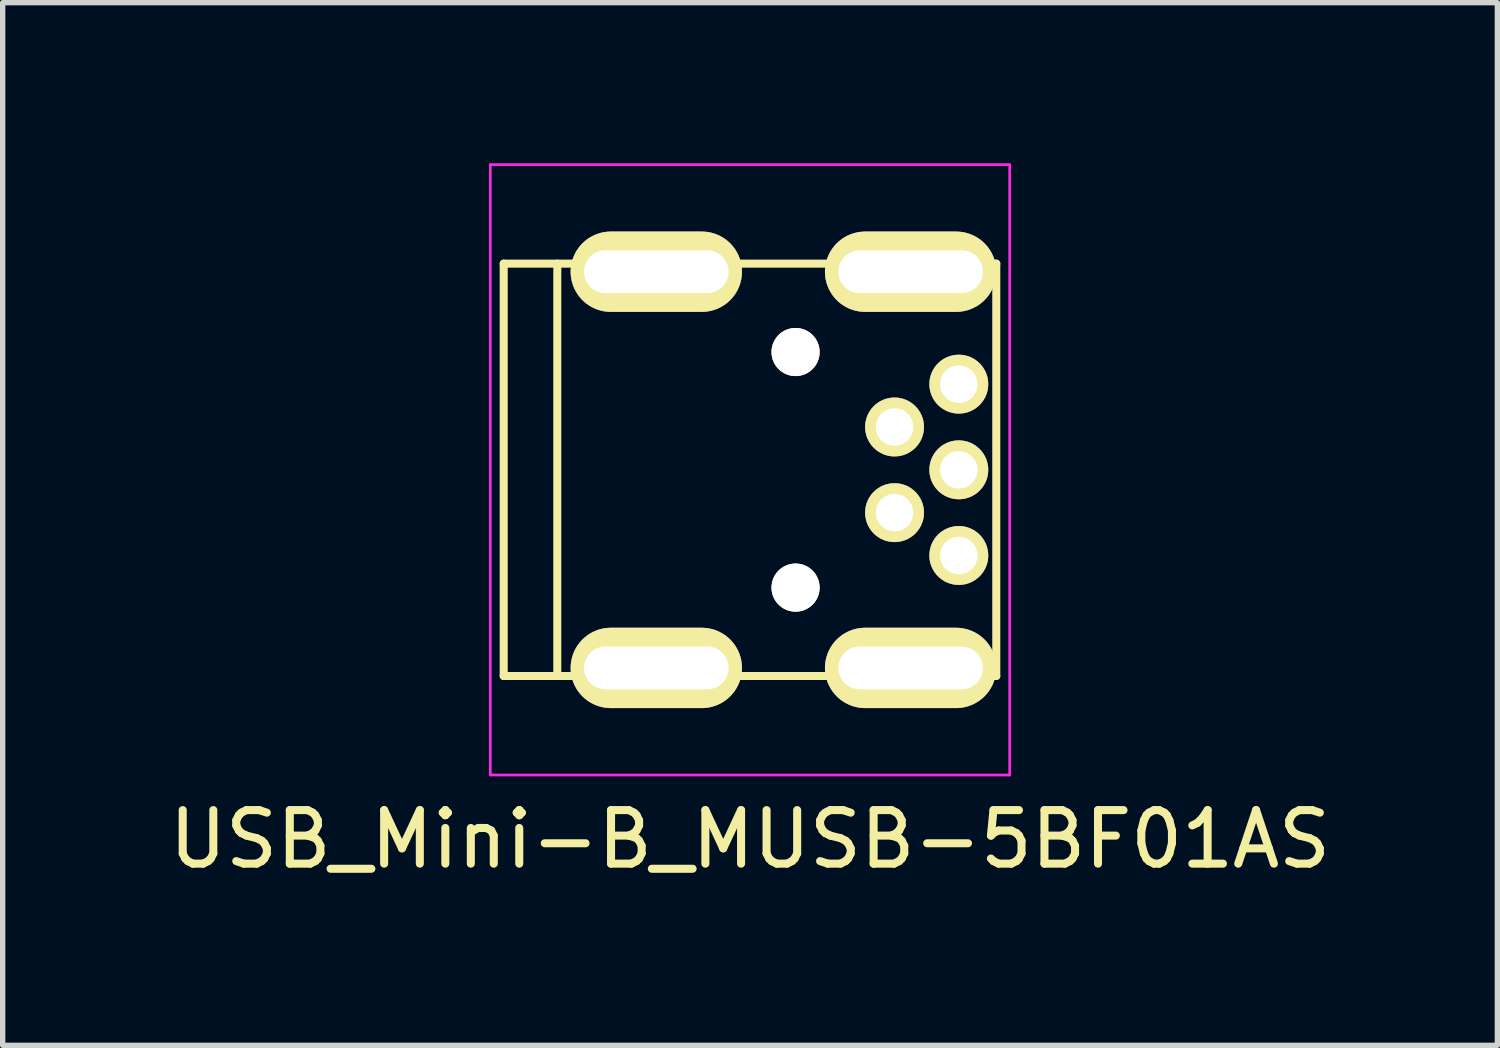
<source format=kicad_pcb>
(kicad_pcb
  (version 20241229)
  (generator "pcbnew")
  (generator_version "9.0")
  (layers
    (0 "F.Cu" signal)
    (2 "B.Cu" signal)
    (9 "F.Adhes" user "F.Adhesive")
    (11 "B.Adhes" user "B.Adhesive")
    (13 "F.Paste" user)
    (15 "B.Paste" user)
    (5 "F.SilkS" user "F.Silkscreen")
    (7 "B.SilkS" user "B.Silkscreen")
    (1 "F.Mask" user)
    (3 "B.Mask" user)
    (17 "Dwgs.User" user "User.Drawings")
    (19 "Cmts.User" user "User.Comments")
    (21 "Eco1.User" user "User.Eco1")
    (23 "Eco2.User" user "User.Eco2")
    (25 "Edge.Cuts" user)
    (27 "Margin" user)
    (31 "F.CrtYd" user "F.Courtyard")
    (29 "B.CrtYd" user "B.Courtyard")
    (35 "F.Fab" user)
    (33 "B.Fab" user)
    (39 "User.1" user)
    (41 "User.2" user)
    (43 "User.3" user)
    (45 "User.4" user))
  (footprint "USB_Mini-B_MUSB-5BF01AS"
    (layer "F.Cu")
    (at 10.958 5.725)
    (property "Reference" "USB_Mini-B_MUSB-5BF01AS" (at 0 6.901 0) (layer "F.SilkS") (effects (font (size 1 1) (thickness 0.15))))
    (attr smd)
    (fp_line (start -4.6 -3.851) (end -4.6 3.851) (stroke (width 0.15) (type solid)) (layer "F.SilkS"))
    (fp_line (start -4.6 3.851) (end 4.6 3.851) (stroke (width 0.15) (type solid)) (layer "F.SilkS"))
    (fp_line (start -3.599 -3.851) (end -3.599 3.851) (stroke (width 0.15) (type solid)) (layer "F.SilkS"))
    (fp_line (start 4.6 -3.851) (end -4.6 -3.851) (stroke (width 0.15) (type solid)) (layer "F.SilkS"))
    (fp_line (start 4.6 3.851) (end 4.6 -3.851) (stroke (width 0.15) (type solid)) (layer "F.SilkS"))
    (fp_line (start -4.85 -5.7) (end 4.85 -5.7) (stroke (width 0.05) (type solid)) (layer "F.CrtYd"))
    (fp_line (start -4.85 5.7) (end -4.85 -5.7) (stroke (width 0.05) (type solid)) (layer "F.CrtYd"))
    (fp_line (start 4.85 -5.7) (end 4.85 5.7) (stroke (width 0.05) (type solid)) (layer "F.CrtYd"))
    (fp_line (start 4.85 5.7) (end -4.85 5.7) (stroke (width 0.05) (type solid)) (layer "F.CrtYd"))
    (pad "" np_thru_hole circle (at 0.851 -2.2) (size 0.899 0.899) (drill 0.899) (layers "*.Cu" "*.Mask" "F.SilkS"))
    (pad "" np_thru_hole circle (at 0.851 2.2) (size 0.899 0.899) (drill 0.899) (layers "*.Cu" "*.Mask" "F.SilkS"))
    (pad "1" thru_hole circle (at 3.9 -1.6) (size 1.1 1.1) (drill 0.7) (layers "*.Cu" "*.Mask" "F.SilkS"))
    (pad "2" thru_hole circle (at 2.7 -0.8) (size 1.1 1.1) (drill 0.7) (layers "*.Cu" "*.Mask" "F.SilkS"))
    (pad "3" thru_hole circle (at 3.9 0) (size 1.1 1.1) (drill 0.7) (layers "*.Cu" "*.Mask" "F.SilkS"))
    (pad "4" thru_hole circle (at 2.7 0.8) (size 1.1 1.1) (drill 0.7) (layers "*.Cu" "*.Mask" "F.SilkS"))
    (pad "5" thru_hole circle (at 3.9 1.6) (size 1.1 1.1) (drill 0.7) (layers "*.Cu" "*.Mask" "F.SilkS"))
    (pad "6" thru_hole oval (at -1.75 -3.7) (size 3.2 1.5) (drill oval 2.7 0.8) (layers "*.Cu" "*.Mask" "F.SilkS"))
    (pad "6" thru_hole oval (at -1.75 3.7) (size 3.2 1.5) (drill oval 2.7 0.8) (layers "*.Cu" "*.Mask" "F.SilkS"))
    (pad "6" thru_hole oval (at 3 -3.7) (size 3.2 1.5) (drill oval 2.7 0.8) (layers "*.Cu" "*.Mask" "F.SilkS"))
    (pad "6" thru_hole oval (at 3 3.7) (size 3.2 1.5) (drill oval 2.7 0.8) (layers "*.Cu" "*.Mask" "F.SilkS")))
  (gr_rect
    (start -3 -3)
    (end 24.917 16.474)
    (stroke (width 0.1) (type default))
    (fill no)
    (layer "Edge.Cuts")))
</source>
